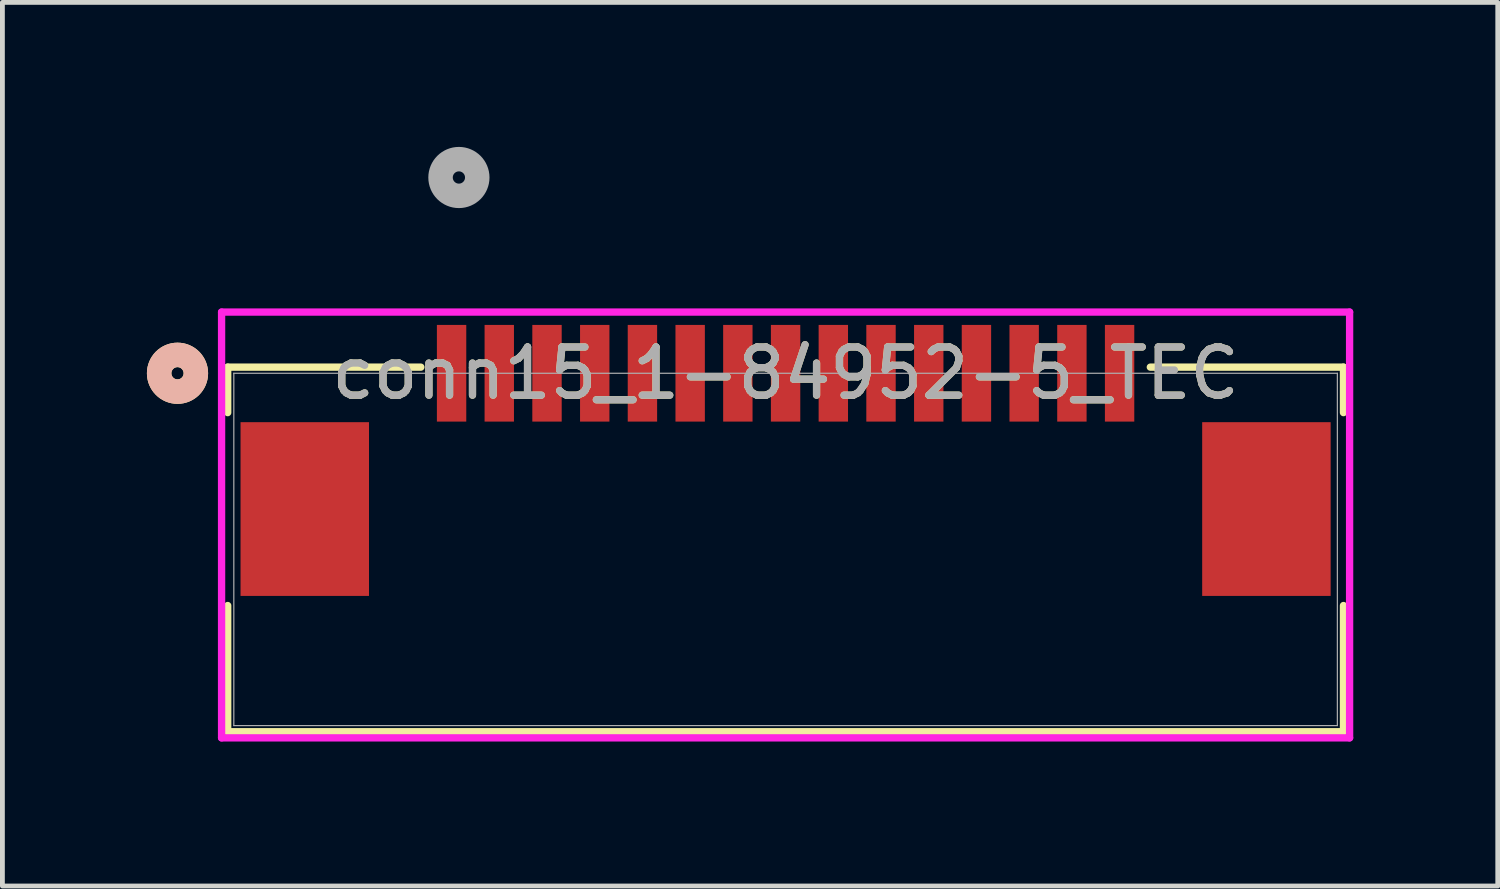
<source format=kicad_pcb>
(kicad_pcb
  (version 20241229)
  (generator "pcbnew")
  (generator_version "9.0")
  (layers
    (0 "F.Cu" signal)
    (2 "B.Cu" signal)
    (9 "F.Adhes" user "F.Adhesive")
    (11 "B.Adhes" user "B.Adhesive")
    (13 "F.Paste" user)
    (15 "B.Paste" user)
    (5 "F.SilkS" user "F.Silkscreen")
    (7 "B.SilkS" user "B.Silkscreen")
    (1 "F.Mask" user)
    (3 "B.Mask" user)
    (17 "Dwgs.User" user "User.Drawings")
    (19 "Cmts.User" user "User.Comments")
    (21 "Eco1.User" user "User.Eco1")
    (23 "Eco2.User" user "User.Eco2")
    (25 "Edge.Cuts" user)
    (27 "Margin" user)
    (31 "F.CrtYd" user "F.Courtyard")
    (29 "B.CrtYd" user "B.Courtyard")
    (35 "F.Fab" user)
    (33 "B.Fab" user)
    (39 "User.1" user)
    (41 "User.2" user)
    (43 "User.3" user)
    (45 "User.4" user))
  (footprint "conn15_1-84952-5_TEC"
    (layer "F.Cu")
    (at 13.259 4.699)
    (property "Reference" "conn15_1-84952-5_TEC" (at 0 0 0) (unlocked yes) (layer "F.SilkS") (effects (font (size 1 1) (thickness 0.15))))
    (attr smd)
    (fp_line (start -11.582 -0.127) (end -11.582 0.817) (stroke (width 0.152) (type solid)) (layer "F.SilkS"))
    (fp_line (start -11.582 4.822) (end -11.582 7.442) (stroke (width 0.152) (type solid)) (layer "F.SilkS"))
    (fp_line (start -11.582 7.442) (end 11.582 7.442) (stroke (width 0.152) (type solid)) (layer "F.SilkS"))
    (fp_line (start -7.572 -0.127) (end -11.582 -0.127) (stroke (width 0.152) (type solid)) (layer "F.SilkS"))
    (fp_line (start 11.582 -0.127) (end 7.572 -0.127) (stroke (width 0.152) (type solid)) (layer "F.SilkS"))
    (fp_line (start 11.582 0.817) (end 11.582 -0.127) (stroke (width 0.152) (type solid)) (layer "F.SilkS"))
    (fp_line (start 11.582 7.442) (end 11.582 4.822) (stroke (width 0.152) (type solid)) (layer "F.SilkS"))
    (fp_circle (center -12.624 0) (end -12.243 0) (stroke (width 0.508) (type solid)) (fill no) (layer "F.SilkS"))
    (fp_circle (center -12.624 0) (end -12.243 0) (stroke (width 0.508) (type solid)) (fill no) (layer "B.SilkS"))
    (fp_line (start -11.709 -1.27) (end -11.709 7.569) (stroke (width 0.152) (type solid)) (layer "F.CrtYd"))
    (fp_line (start -11.709 7.569) (end 11.709 7.569) (stroke (width 0.152) (type solid)) (layer "F.CrtYd"))
    (fp_line (start 11.709 -1.27) (end -11.709 -1.27) (stroke (width 0.152) (type solid)) (layer "F.CrtYd"))
    (fp_line (start 11.709 7.569) (end 11.709 -1.27) (stroke (width 0.152) (type solid)) (layer "F.CrtYd"))
    (fp_line (start -11.455 0) (end -11.455 7.315) (stroke (width 0.025) (type solid)) (layer "F.Fab"))
    (fp_line (start -11.455 7.315) (end 11.455 7.315) (stroke (width 0.025) (type solid)) (layer "F.Fab"))
    (fp_line (start 11.455 0) (end -11.455 0) (stroke (width 0.025) (type solid)) (layer "F.Fab"))
    (fp_line (start 11.455 7.315) (end 11.455 0) (stroke (width 0.025) (type solid)) (layer "F.Fab"))
    (fp_circle (center -6.782 -4.064) (end -6.401 -4.064) (stroke (width 0.508) (type solid)) (fill no) (layer "F.Fab"))
    (fp_text user "${REFERENCE}" (at 0 0 0) (unlocked yes) (layer "F.Fab") (effects (font (size 1 1) (thickness 0.15))))
    (pad "1" smd rect (at -6.934 0) (size 0.61 2.007) (layers "F.Cu" "F.Mask" "F.Paste"))
    (pad "2" smd rect (at -5.944 0) (size 0.61 2.007) (layers "F.Cu" "F.Mask" "F.Paste"))
    (pad "3" smd rect (at -4.953 0) (size 0.61 2.007) (layers "F.Cu" "F.Mask" "F.Paste"))
    (pad "4" smd rect (at -3.962 0) (size 0.61 2.007) (layers "F.Cu" "F.Mask" "F.Paste"))
    (pad "5" smd rect (at -2.972 0) (size 0.61 2.007) (layers "F.Cu" "F.Mask" "F.Paste"))
    (pad "6" smd rect (at -1.981 0) (size 0.61 2.007) (layers "F.Cu" "F.Mask" "F.Paste"))
    (pad "7" smd rect (at -0.991 0) (size 0.61 2.007) (layers "F.Cu" "F.Mask" "F.Paste"))
    (pad "8" smd rect (at 0 0) (size 0.61 2.007) (layers "F.Cu" "F.Mask" "F.Paste"))
    (pad "9" smd rect (at 0.991 0) (size 0.61 2.007) (layers "F.Cu" "F.Mask" "F.Paste"))
    (pad "10" smd rect (at 1.981 0) (size 0.61 2.007) (layers "F.Cu" "F.Mask" "F.Paste"))
    (pad "11" smd rect (at 2.972 0) (size 0.61 2.007) (layers "F.Cu" "F.Mask" "F.Paste"))
    (pad "12" smd rect (at 3.962 0) (size 0.61 2.007) (layers "F.Cu" "F.Mask" "F.Paste"))
    (pad "13" smd rect (at 4.953 0) (size 0.61 2.007) (layers "F.Cu" "F.Mask" "F.Paste"))
    (pad "14" smd rect (at 5.944 0) (size 0.61 2.007) (layers "F.Cu" "F.Mask" "F.Paste"))
    (pad "15" smd rect (at 6.934 0) (size 0.61 2.007) (layers "F.Cu" "F.Mask" "F.Paste"))
    (pad "16" smd rect (at -9.982 2.819) (size 2.667 3.607) (layers "F.Cu" "F.Mask" "F.Paste"))
    (pad "17" smd rect (at 9.982 2.819) (size 2.667 3.607) (layers "F.Cu" "F.Mask" "F.Paste")))
  (gr_rect
    (start -3 -3)
    (end 28.044 15.344)
    (stroke (width 0.1) (type default))
    (fill no)
    (layer "Edge.Cuts")))
</source>
